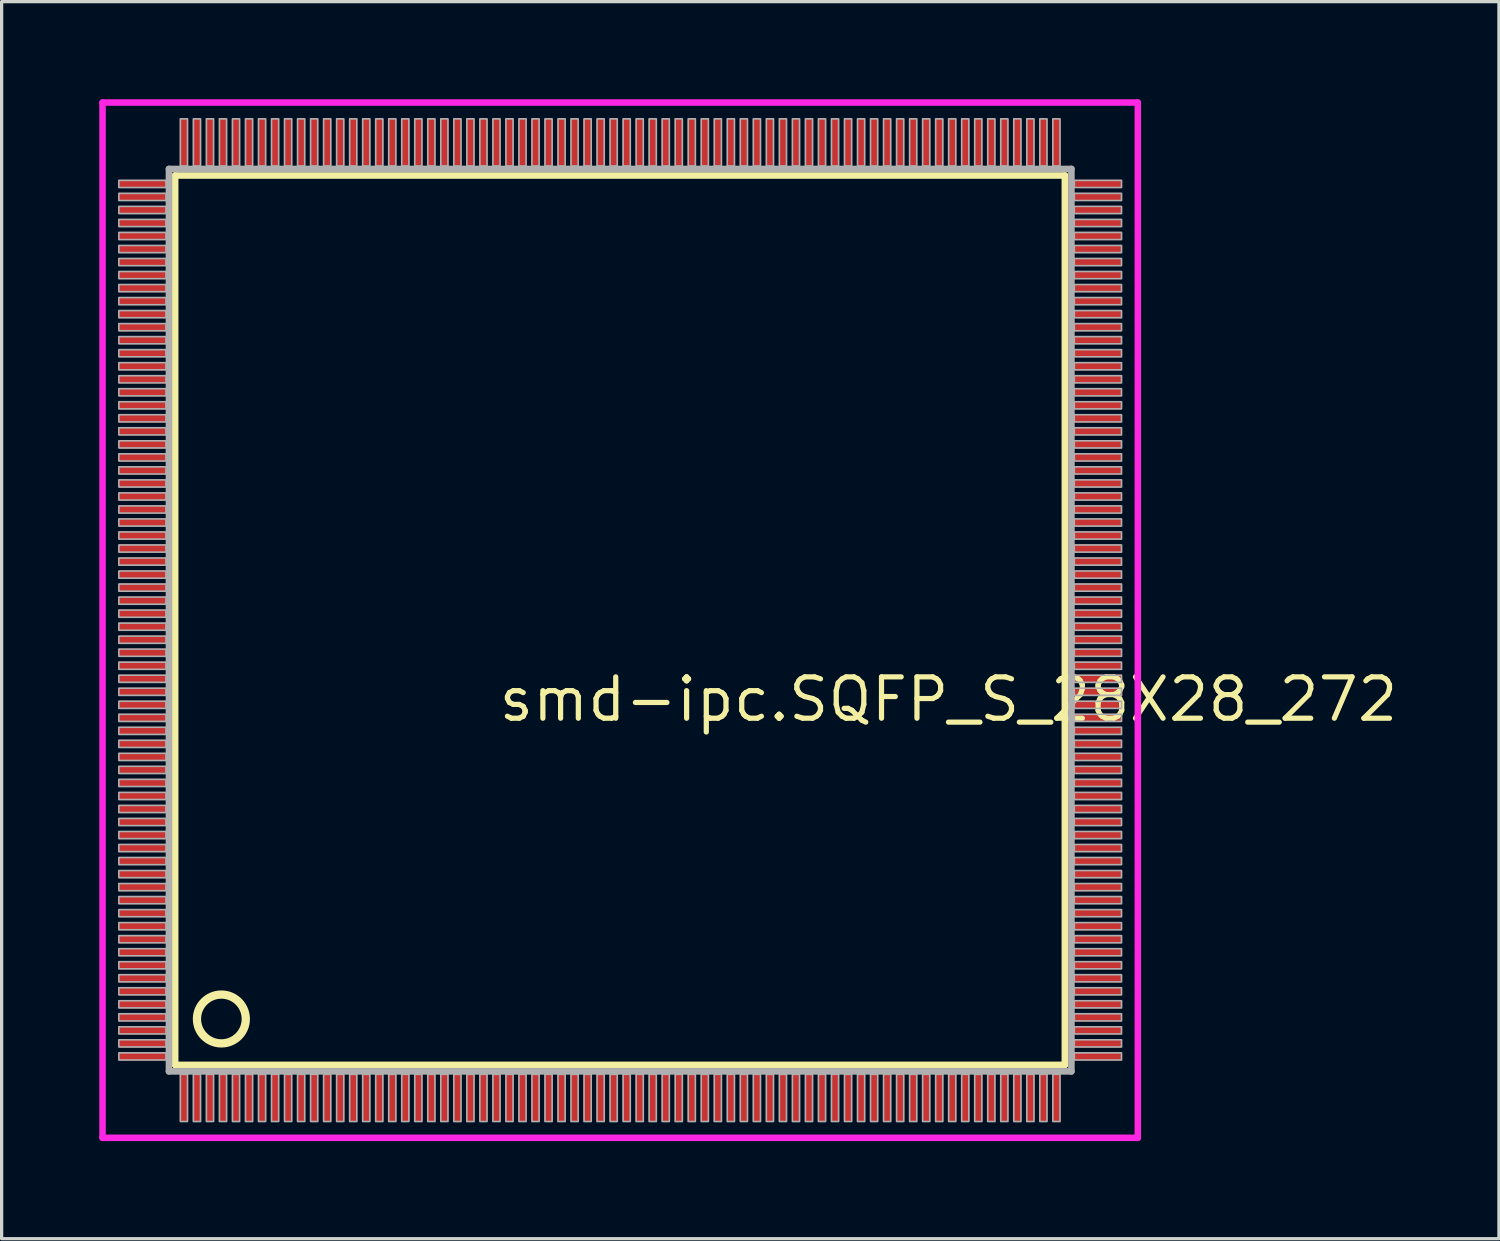
<source format=kicad_pcb>
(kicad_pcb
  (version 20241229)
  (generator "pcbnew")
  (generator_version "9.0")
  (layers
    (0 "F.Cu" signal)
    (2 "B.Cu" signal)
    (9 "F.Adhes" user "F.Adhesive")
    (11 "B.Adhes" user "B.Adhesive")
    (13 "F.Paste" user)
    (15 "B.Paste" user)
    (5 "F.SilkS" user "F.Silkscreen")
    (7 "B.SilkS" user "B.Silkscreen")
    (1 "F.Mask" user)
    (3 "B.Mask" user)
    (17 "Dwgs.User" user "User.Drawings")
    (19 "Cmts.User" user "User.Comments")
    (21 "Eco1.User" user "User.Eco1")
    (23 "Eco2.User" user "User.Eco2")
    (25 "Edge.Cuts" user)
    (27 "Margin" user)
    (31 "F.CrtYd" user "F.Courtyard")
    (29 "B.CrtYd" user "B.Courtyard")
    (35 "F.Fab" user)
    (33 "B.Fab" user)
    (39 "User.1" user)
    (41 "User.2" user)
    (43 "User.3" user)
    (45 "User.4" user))
  (footprint "smd-ipc.SQFP_S_28X28_272"
    (layer "F.Cu")
    (at 16 16)
    (property "Reference" "smd-ipc.SQFP_S_28X28_272" (at -3.81 3.175 0) (layer "F.SilkS") (effects (font (size 1.27 1.27) (thickness 0.16)) (justify left bottom)))
    (attr smd)
    (fp_line (start -13.67 -13.66) (end 13.66 -13.66) (stroke (width 0.203) (type default)) (layer "F.SilkS"))
    (fp_line (start -13.67 13.66) (end -13.67 -13.66) (stroke (width 0.203) (type default)) (layer "F.SilkS"))
    (fp_line (start 13.66 -13.66) (end 13.66 13.66) (stroke (width 0.203) (type default)) (layer "F.SilkS"))
    (fp_line (start 13.66 13.66) (end -13.67 13.66) (stroke (width 0.203) (type default)) (layer "F.SilkS"))
    (fp_circle (center -12.25 12.25) (end -11.5 12.25) (stroke (width 0.254) (type default)) (fill no) (layer "F.SilkS"))
    (fp_line (start -15.9 -15.9) (end 15.9 -15.9) (stroke (width 0.2) (type default)) (layer "F.CrtYd"))
    (fp_line (start -15.9 15.9) (end -15.9 -15.9) (stroke (width 0.2) (type default)) (layer "F.CrtYd"))
    (fp_line (start 15.9 -15.9) (end 15.9 15.9) (stroke (width 0.2) (type default)) (layer "F.CrtYd"))
    (fp_line (start 15.9 15.9) (end -15.9 15.9) (stroke (width 0.2) (type default)) (layer "F.CrtYd"))
    (fp_line (start -13.86 -13.86) (end -13.86 13.86) (stroke (width 0.203) (type default)) (layer "F.Fab"))
    (fp_line (start -13.86 13.86) (end 13.86 13.86) (stroke (width 0.203) (type default)) (layer "F.Fab"))
    (fp_line (start 13.86 -13.86) (end -13.86 -13.86) (stroke (width 0.203) (type default)) (layer "F.Fab"))
    (fp_line (start 13.86 13.86) (end 13.86 -13.86) (stroke (width 0.203) (type default)) (layer "F.Fab"))
    (fp_rect (start -15.4 -13.29) (end -13.95 -13.51) (stroke (width 0.05) (type default)) (fill no) (layer "F.Fab"))
    (fp_rect (start -15.4 -12.89) (end -13.95 -13.11) (stroke (width 0.05) (type default)) (fill no) (layer "F.Fab"))
    (fp_rect (start -15.4 -12.49) (end -13.95 -12.71) (stroke (width 0.05) (type default)) (fill no) (layer "F.Fab"))
    (fp_rect (start -15.4 -12.09) (end -13.95 -12.31) (stroke (width 0.05) (type default)) (fill no) (layer "F.Fab"))
    (fp_rect (start -15.4 -11.69) (end -13.95 -11.91) (stroke (width 0.05) (type default)) (fill no) (layer "F.Fab"))
    (fp_rect (start -15.4 -11.29) (end -13.95 -11.51) (stroke (width 0.05) (type default)) (fill no) (layer "F.Fab"))
    (fp_rect (start -15.4 -10.89) (end -13.95 -11.11) (stroke (width 0.05) (type default)) (fill no) (layer "F.Fab"))
    (fp_rect (start -15.4 -10.49) (end -13.95 -10.71) (stroke (width 0.05) (type default)) (fill no) (layer "F.Fab"))
    (fp_rect (start -15.4 -10.09) (end -13.95 -10.31) (stroke (width 0.05) (type default)) (fill no) (layer "F.Fab"))
    (fp_rect (start -15.4 -9.69) (end -13.95 -9.91) (stroke (width 0.05) (type default)) (fill no) (layer "F.Fab"))
    (fp_rect (start -15.4 -9.29) (end -13.95 -9.51) (stroke (width 0.05) (type default)) (fill no) (layer "F.Fab"))
    (fp_rect (start -15.4 -8.89) (end -13.95 -9.11) (stroke (width 0.05) (type default)) (fill no) (layer "F.Fab"))
    (fp_rect (start -15.4 -8.49) (end -13.95 -8.71) (stroke (width 0.05) (type default)) (fill no) (layer "F.Fab"))
    (fp_rect (start -15.4 -8.09) (end -13.95 -8.31) (stroke (width 0.05) (type default)) (fill no) (layer "F.Fab"))
    (fp_rect (start -15.4 -7.69) (end -13.95 -7.91) (stroke (width 0.05) (type default)) (fill no) (layer "F.Fab"))
    (fp_rect (start -15.4 -7.29) (end -13.95 -7.51) (stroke (width 0.05) (type default)) (fill no) (layer "F.Fab"))
    (fp_rect (start -15.4 -6.89) (end -13.95 -7.11) (stroke (width 0.05) (type default)) (fill no) (layer "F.Fab"))
    (fp_rect (start -15.4 -6.49) (end -13.95 -6.71) (stroke (width 0.05) (type default)) (fill no) (layer "F.Fab"))
    (fp_rect (start -15.4 -6.09) (end -13.95 -6.31) (stroke (width 0.05) (type default)) (fill no) (layer "F.Fab"))
    (fp_rect (start -15.4 -5.69) (end -13.95 -5.91) (stroke (width 0.05) (type default)) (fill no) (layer "F.Fab"))
    (fp_rect (start -15.4 -5.29) (end -13.95 -5.51) (stroke (width 0.05) (type default)) (fill no) (layer "F.Fab"))
    (fp_rect (start -15.4 -4.89) (end -13.95 -5.11) (stroke (width 0.05) (type default)) (fill no) (layer "F.Fab"))
    (fp_rect (start -15.4 -4.49) (end -13.95 -4.71) (stroke (width 0.05) (type default)) (fill no) (layer "F.Fab"))
    (fp_rect (start -15.4 -4.09) (end -13.95 -4.31) (stroke (width 0.05) (type default)) (fill no) (layer "F.Fab"))
    (fp_rect (start -15.4 -3.69) (end -13.95 -3.91) (stroke (width 0.05) (type default)) (fill no) (layer "F.Fab"))
    (fp_rect (start -15.4 -3.29) (end -13.95 -3.51) (stroke (width 0.05) (type default)) (fill no) (layer "F.Fab"))
    (fp_rect (start -15.4 -2.89) (end -13.95 -3.11) (stroke (width 0.05) (type default)) (fill no) (layer "F.Fab"))
    (fp_rect (start -15.4 -2.49) (end -13.95 -2.71) (stroke (width 0.05) (type default)) (fill no) (layer "F.Fab"))
    (fp_rect (start -15.4 -2.09) (end -13.95 -2.31) (stroke (width 0.05) (type default)) (fill no) (layer "F.Fab"))
    (fp_rect (start -15.4 -1.69) (end -13.95 -1.91) (stroke (width 0.05) (type default)) (fill no) (layer "F.Fab"))
    (fp_rect (start -15.4 -1.29) (end -13.95 -1.51) (stroke (width 0.05) (type default)) (fill no) (layer "F.Fab"))
    (fp_rect (start -15.4 -0.89) (end -13.95 -1.11) (stroke (width 0.05) (type default)) (fill no) (layer "F.Fab"))
    (fp_rect (start -15.4 -0.49) (end -13.95 -0.71) (stroke (width 0.05) (type default)) (fill no) (layer "F.Fab"))
    (fp_rect (start -15.4 -0.09) (end -13.95 -0.31) (stroke (width 0.05) (type default)) (fill no) (layer "F.Fab"))
    (fp_rect (start -15.4 0.31) (end -13.95 0.09) (stroke (width 0.05) (type default)) (fill no) (layer "F.Fab"))
    (fp_rect (start -15.4 0.71) (end -13.95 0.49) (stroke (width 0.05) (type default)) (fill no) (layer "F.Fab"))
    (fp_rect (start -15.4 1.11) (end -13.95 0.89) (stroke (width 0.05) (type default)) (fill no) (layer "F.Fab"))
    (fp_rect (start -15.4 1.51) (end -13.95 1.29) (stroke (width 0.05) (type default)) (fill no) (layer "F.Fab"))
    (fp_rect (start -15.4 1.91) (end -13.95 1.69) (stroke (width 0.05) (type default)) (fill no) (layer "F.Fab"))
    (fp_rect (start -15.4 2.31) (end -13.95 2.09) (stroke (width 0.05) (type default)) (fill no) (layer "F.Fab"))
    (fp_rect (start -15.4 2.71) (end -13.95 2.49) (stroke (width 0.05) (type default)) (fill no) (layer "F.Fab"))
    (fp_rect (start -15.4 3.11) (end -13.95 2.89) (stroke (width 0.05) (type default)) (fill no) (layer "F.Fab"))
    (fp_rect (start -15.4 3.51) (end -13.95 3.29) (stroke (width 0.05) (type default)) (fill no) (layer "F.Fab"))
    (fp_rect (start -15.4 3.91) (end -13.95 3.69) (stroke (width 0.05) (type default)) (fill no) (layer "F.Fab"))
    (fp_rect (start -15.4 4.31) (end -13.95 4.09) (stroke (width 0.05) (type default)) (fill no) (layer "F.Fab"))
    (fp_rect (start -15.4 4.71) (end -13.95 4.49) (stroke (width 0.05) (type default)) (fill no) (layer "F.Fab"))
    (fp_rect (start -15.4 5.11) (end -13.95 4.89) (stroke (width 0.05) (type default)) (fill no) (layer "F.Fab"))
    (fp_rect (start -15.4 5.51) (end -13.95 5.29) (stroke (width 0.05) (type default)) (fill no) (layer "F.Fab"))
    (fp_rect (start -15.4 5.91) (end -13.95 5.69) (stroke (width 0.05) (type default)) (fill no) (layer "F.Fab"))
    (fp_rect (start -15.4 6.31) (end -13.95 6.09) (stroke (width 0.05) (type default)) (fill no) (layer "F.Fab"))
    (fp_rect (start -15.4 6.71) (end -13.95 6.49) (stroke (width 0.05) (type default)) (fill no) (layer "F.Fab"))
    (fp_rect (start -15.4 7.11) (end -13.95 6.89) (stroke (width 0.05) (type default)) (fill no) (layer "F.Fab"))
    (fp_rect (start -15.4 7.51) (end -13.95 7.29) (stroke (width 0.05) (type default)) (fill no) (layer "F.Fab"))
    (fp_rect (start -15.4 7.91) (end -13.95 7.69) (stroke (width 0.05) (type default)) (fill no) (layer "F.Fab"))
    (fp_rect (start -15.4 8.31) (end -13.95 8.09) (stroke (width 0.05) (type default)) (fill no) (layer "F.Fab"))
    (fp_rect (start -15.4 8.71) (end -13.95 8.49) (stroke (width 0.05) (type default)) (fill no) (layer "F.Fab"))
    (fp_rect (start -15.4 9.11) (end -13.95 8.89) (stroke (width 0.05) (type default)) (fill no) (layer "F.Fab"))
    (fp_rect (start -15.4 9.51) (end -13.95 9.29) (stroke (width 0.05) (type default)) (fill no) (layer "F.Fab"))
    (fp_rect (start -15.4 9.91) (end -13.95 9.69) (stroke (width 0.05) (type default)) (fill no) (layer "F.Fab"))
    (fp_rect (start -15.4 10.31) (end -13.95 10.09) (stroke (width 0.05) (type default)) (fill no) (layer "F.Fab"))
    (fp_rect (start -15.4 10.71) (end -13.95 10.49) (stroke (width 0.05) (type default)) (fill no) (layer "F.Fab"))
    (fp_rect (start -15.4 11.11) (end -13.95 10.89) (stroke (width 0.05) (type default)) (fill no) (layer "F.Fab"))
    (fp_rect (start -15.4 11.51) (end -13.95 11.29) (stroke (width 0.05) (type default)) (fill no) (layer "F.Fab"))
    (fp_rect (start -15.4 11.91) (end -13.95 11.69) (stroke (width 0.05) (type default)) (fill no) (layer "F.Fab"))
    (fp_rect (start -15.4 12.31) (end -13.95 12.09) (stroke (width 0.05) (type default)) (fill no) (layer "F.Fab"))
    (fp_rect (start -15.4 12.71) (end -13.95 12.49) (stroke (width 0.05) (type default)) (fill no) (layer "F.Fab"))
    (fp_rect (start -15.4 13.11) (end -13.95 12.89) (stroke (width 0.05) (type default)) (fill no) (layer "F.Fab"))
    (fp_rect (start -15.4 13.51) (end -13.95 13.29) (stroke (width 0.05) (type default)) (fill no) (layer "F.Fab"))
    (fp_rect (start -13.51 -13.95) (end -13.29 -15.4) (stroke (width 0.05) (type default)) (fill no) (layer "F.Fab"))
    (fp_rect (start -13.51 15.4) (end -13.29 13.95) (stroke (width 0.05) (type default)) (fill no) (layer "F.Fab"))
    (fp_rect (start -13.11 -13.95) (end -12.89 -15.4) (stroke (width 0.05) (type default)) (fill no) (layer "F.Fab"))
    (fp_rect (start -13.11 15.4) (end -12.89 13.95) (stroke (width 0.05) (type default)) (fill no) (layer "F.Fab"))
    (fp_rect (start -12.71 -13.95) (end -12.49 -15.4) (stroke (width 0.05) (type default)) (fill no) (layer "F.Fab"))
    (fp_rect (start -12.71 15.4) (end -12.49 13.95) (stroke (width 0.05) (type default)) (fill no) (layer "F.Fab"))
    (fp_rect (start -12.31 -13.95) (end -12.09 -15.4) (stroke (width 0.05) (type default)) (fill no) (layer "F.Fab"))
    (fp_rect (start -12.31 15.4) (end -12.09 13.95) (stroke (width 0.05) (type default)) (fill no) (layer "F.Fab"))
    (fp_rect (start -11.91 -13.95) (end -11.69 -15.4) (stroke (width 0.05) (type default)) (fill no) (layer "F.Fab"))
    (fp_rect (start -11.91 15.4) (end -11.69 13.95) (stroke (width 0.05) (type default)) (fill no) (layer "F.Fab"))
    (fp_rect (start -11.51 -13.95) (end -11.29 -15.4) (stroke (width 0.05) (type default)) (fill no) (layer "F.Fab"))
    (fp_rect (start -11.51 15.4) (end -11.29 13.95) (stroke (width 0.05) (type default)) (fill no) (layer "F.Fab"))
    (fp_rect (start -11.11 -13.95) (end -10.89 -15.4) (stroke (width 0.05) (type default)) (fill no) (layer "F.Fab"))
    (fp_rect (start -11.11 15.4) (end -10.89 13.95) (stroke (width 0.05) (type default)) (fill no) (layer "F.Fab"))
    (fp_rect (start -10.71 -13.95) (end -10.49 -15.4) (stroke (width 0.05) (type default)) (fill no) (layer "F.Fab"))
    (fp_rect (start -10.71 15.4) (end -10.49 13.95) (stroke (width 0.05) (type default)) (fill no) (layer "F.Fab"))
    (fp_rect (start -10.31 -13.95) (end -10.09 -15.4) (stroke (width 0.05) (type default)) (fill no) (layer "F.Fab"))
    (fp_rect (start -10.31 15.4) (end -10.09 13.95) (stroke (width 0.05) (type default)) (fill no) (layer "F.Fab"))
    (fp_rect (start -9.91 -13.95) (end -9.69 -15.4) (stroke (width 0.05) (type default)) (fill no) (layer "F.Fab"))
    (fp_rect (start -9.91 15.4) (end -9.69 13.95) (stroke (width 0.05) (type default)) (fill no) (layer "F.Fab"))
    (fp_rect (start -9.51 -13.95) (end -9.29 -15.4) (stroke (width 0.05) (type default)) (fill no) (layer "F.Fab"))
    (fp_rect (start -9.51 15.4) (end -9.29 13.95) (stroke (width 0.05) (type default)) (fill no) (layer "F.Fab"))
    (fp_rect (start -9.11 -13.95) (end -8.89 -15.4) (stroke (width 0.05) (type default)) (fill no) (layer "F.Fab"))
    (fp_rect (start -9.11 15.4) (end -8.89 13.95) (stroke (width 0.05) (type default)) (fill no) (layer "F.Fab"))
    (fp_rect (start -8.71 -13.95) (end -8.49 -15.4) (stroke (width 0.05) (type default)) (fill no) (layer "F.Fab"))
    (fp_rect (start -8.71 15.4) (end -8.49 13.95) (stroke (width 0.05) (type default)) (fill no) (layer "F.Fab"))
    (fp_rect (start -8.31 -13.95) (end -8.09 -15.4) (stroke (width 0.05) (type default)) (fill no) (layer "F.Fab"))
    (fp_rect (start -8.31 15.4) (end -8.09 13.95) (stroke (width 0.05) (type default)) (fill no) (layer "F.Fab"))
    (fp_rect (start -7.91 -13.95) (end -7.69 -15.4) (stroke (width 0.05) (type default)) (fill no) (layer "F.Fab"))
    (fp_rect (start -7.91 15.4) (end -7.69 13.95) (stroke (width 0.05) (type default)) (fill no) (layer "F.Fab"))
    (fp_rect (start -7.51 -13.95) (end -7.29 -15.4) (stroke (width 0.05) (type default)) (fill no) (layer "F.Fab"))
    (fp_rect (start -7.51 15.4) (end -7.29 13.95) (stroke (width 0.05) (type default)) (fill no) (layer "F.Fab"))
    (fp_rect (start -7.11 -13.95) (end -6.89 -15.4) (stroke (width 0.05) (type default)) (fill no) (layer "F.Fab"))
    (fp_rect (start -7.11 15.4) (end -6.89 13.95) (stroke (width 0.05) (type default)) (fill no) (layer "F.Fab"))
    (fp_rect (start -6.71 -13.95) (end -6.49 -15.4) (stroke (width 0.05) (type default)) (fill no) (layer "F.Fab"))
    (fp_rect (start -6.71 15.4) (end -6.49 13.95) (stroke (width 0.05) (type default)) (fill no) (layer "F.Fab"))
    (fp_rect (start -6.31 -13.95) (end -6.09 -15.4) (stroke (width 0.05) (type default)) (fill no) (layer "F.Fab"))
    (fp_rect (start -6.31 15.4) (end -6.09 13.95) (stroke (width 0.05) (type default)) (fill no) (layer "F.Fab"))
    (fp_rect (start -5.91 -13.95) (end -5.69 -15.4) (stroke (width 0.05) (type default)) (fill no) (layer "F.Fab"))
    (fp_rect (start -5.91 15.4) (end -5.69 13.95) (stroke (width 0.05) (type default)) (fill no) (layer "F.Fab"))
    (fp_rect (start -5.51 -13.95) (end -5.29 -15.4) (stroke (width 0.05) (type default)) (fill no) (layer "F.Fab"))
    (fp_rect (start -5.51 15.4) (end -5.29 13.95) (stroke (width 0.05) (type default)) (fill no) (layer "F.Fab"))
    (fp_rect (start -5.11 -13.95) (end -4.89 -15.4) (stroke (width 0.05) (type default)) (fill no) (layer "F.Fab"))
    (fp_rect (start -5.11 15.4) (end -4.89 13.95) (stroke (width 0.05) (type default)) (fill no) (layer "F.Fab"))
    (fp_rect (start -4.71 -13.95) (end -4.49 -15.4) (stroke (width 0.05) (type default)) (fill no) (layer "F.Fab"))
    (fp_rect (start -4.71 15.4) (end -4.49 13.95) (stroke (width 0.05) (type default)) (fill no) (layer "F.Fab"))
    (fp_rect (start -4.31 -13.95) (end -4.09 -15.4) (stroke (width 0.05) (type default)) (fill no) (layer "F.Fab"))
    (fp_rect (start -4.31 15.4) (end -4.09 13.95) (stroke (width 0.05) (type default)) (fill no) (layer "F.Fab"))
    (fp_rect (start -3.91 -13.95) (end -3.69 -15.4) (stroke (width 0.05) (type default)) (fill no) (layer "F.Fab"))
    (fp_rect (start -3.91 15.4) (end -3.69 13.95) (stroke (width 0.05) (type default)) (fill no) (layer "F.Fab"))
    (fp_rect (start -3.51 -13.95) (end -3.29 -15.4) (stroke (width 0.05) (type default)) (fill no) (layer "F.Fab"))
    (fp_rect (start -3.51 15.4) (end -3.29 13.95) (stroke (width 0.05) (type default)) (fill no) (layer "F.Fab"))
    (fp_rect (start -3.11 -13.95) (end -2.89 -15.4) (stroke (width 0.05) (type default)) (fill no) (layer "F.Fab"))
    (fp_rect (start -3.11 15.4) (end -2.89 13.95) (stroke (width 0.05) (type default)) (fill no) (layer "F.Fab"))
    (fp_rect (start -2.71 -13.95) (end -2.49 -15.4) (stroke (width 0.05) (type default)) (fill no) (layer "F.Fab"))
    (fp_rect (start -2.71 15.4) (end -2.49 13.95) (stroke (width 0.05) (type default)) (fill no) (layer "F.Fab"))
    (fp_rect (start -2.31 -13.95) (end -2.09 -15.4) (stroke (width 0.05) (type default)) (fill no) (layer "F.Fab"))
    (fp_rect (start -2.31 15.4) (end -2.09 13.95) (stroke (width 0.05) (type default)) (fill no) (layer "F.Fab"))
    (fp_rect (start -1.91 -13.95) (end -1.69 -15.4) (stroke (width 0.05) (type default)) (fill no) (layer "F.Fab"))
    (fp_rect (start -1.91 15.4) (end -1.69 13.95) (stroke (width 0.05) (type default)) (fill no) (layer "F.Fab"))
    (fp_rect (start -1.51 -13.95) (end -1.29 -15.4) (stroke (width 0.05) (type default)) (fill no) (layer "F.Fab"))
    (fp_rect (start -1.51 15.4) (end -1.29 13.95) (stroke (width 0.05) (type default)) (fill no) (layer "F.Fab"))
    (fp_rect (start -1.11 -13.95) (end -0.89 -15.4) (stroke (width 0.05) (type default)) (fill no) (layer "F.Fab"))
    (fp_rect (start -1.11 15.4) (end -0.89 13.95) (stroke (width 0.05) (type default)) (fill no) (layer "F.Fab"))
    (fp_rect (start -0.71 -13.95) (end -0.49 -15.4) (stroke (width 0.05) (type default)) (fill no) (layer "F.Fab"))
    (fp_rect (start -0.71 15.4) (end -0.49 13.95) (stroke (width 0.05) (type default)) (fill no) (layer "F.Fab"))
    (fp_rect (start -0.31 -13.95) (end -0.09 -15.4) (stroke (width 0.05) (type default)) (fill no) (layer "F.Fab"))
    (fp_rect (start -0.31 15.4) (end -0.09 13.95) (stroke (width 0.05) (type default)) (fill no) (layer "F.Fab"))
    (fp_rect (start 0.09 -13.95) (end 0.31 -15.4) (stroke (width 0.05) (type default)) (fill no) (layer "F.Fab"))
    (fp_rect (start 0.09 15.4) (end 0.31 13.95) (stroke (width 0.05) (type default)) (fill no) (layer "F.Fab"))
    (fp_rect (start 0.49 -13.95) (end 0.71 -15.4) (stroke (width 0.05) (type default)) (fill no) (layer "F.Fab"))
    (fp_rect (start 0.49 15.4) (end 0.71 13.95) (stroke (width 0.05) (type default)) (fill no) (layer "F.Fab"))
    (fp_rect (start 0.89 -13.95) (end 1.11 -15.4) (stroke (width 0.05) (type default)) (fill no) (layer "F.Fab"))
    (fp_rect (start 0.89 15.4) (end 1.11 13.95) (stroke (width 0.05) (type default)) (fill no) (layer "F.Fab"))
    (fp_rect (start 1.29 -13.95) (end 1.51 -15.4) (stroke (width 0.05) (type default)) (fill no) (layer "F.Fab"))
    (fp_rect (start 1.29 15.4) (end 1.51 13.95) (stroke (width 0.05) (type default)) (fill no) (layer "F.Fab"))
    (fp_rect (start 1.69 -13.95) (end 1.91 -15.4) (stroke (width 0.05) (type default)) (fill no) (layer "F.Fab"))
    (fp_rect (start 1.69 15.4) (end 1.91 13.95) (stroke (width 0.05) (type default)) (fill no) (layer "F.Fab"))
    (fp_rect (start 2.09 -13.95) (end 2.31 -15.4) (stroke (width 0.05) (type default)) (fill no) (layer "F.Fab"))
    (fp_rect (start 2.09 15.4) (end 2.31 13.95) (stroke (width 0.05) (type default)) (fill no) (layer "F.Fab"))
    (fp_rect (start 2.49 -13.95) (end 2.71 -15.4) (stroke (width 0.05) (type default)) (fill no) (layer "F.Fab"))
    (fp_rect (start 2.49 15.4) (end 2.71 13.95) (stroke (width 0.05) (type default)) (fill no) (layer "F.Fab"))
    (fp_rect (start 2.89 -13.95) (end 3.11 -15.4) (stroke (width 0.05) (type default)) (fill no) (layer "F.Fab"))
    (fp_rect (start 2.89 15.4) (end 3.11 13.95) (stroke (width 0.05) (type default)) (fill no) (layer "F.Fab"))
    (fp_rect (start 3.29 -13.95) (end 3.51 -15.4) (stroke (width 0.05) (type default)) (fill no) (layer "F.Fab"))
    (fp_rect (start 3.29 15.4) (end 3.51 13.95) (stroke (width 0.05) (type default)) (fill no) (layer "F.Fab"))
    (fp_rect (start 3.69 -13.95) (end 3.91 -15.4) (stroke (width 0.05) (type default)) (fill no) (layer "F.Fab"))
    (fp_rect (start 3.69 15.4) (end 3.91 13.95) (stroke (width 0.05) (type default)) (fill no) (layer "F.Fab"))
    (fp_rect (start 4.09 -13.95) (end 4.31 -15.4) (stroke (width 0.05) (type default)) (fill no) (layer "F.Fab"))
    (fp_rect (start 4.09 15.4) (end 4.31 13.95) (stroke (width 0.05) (type default)) (fill no) (layer "F.Fab"))
    (fp_rect (start 4.49 -13.95) (end 4.71 -15.4) (stroke (width 0.05) (type default)) (fill no) (layer "F.Fab"))
    (fp_rect (start 4.49 15.4) (end 4.71 13.95) (stroke (width 0.05) (type default)) (fill no) (layer "F.Fab"))
    (fp_rect (start 4.89 -13.95) (end 5.11 -15.4) (stroke (width 0.05) (type default)) (fill no) (layer "F.Fab"))
    (fp_rect (start 4.89 15.4) (end 5.11 13.95) (stroke (width 0.05) (type default)) (fill no) (layer "F.Fab"))
    (fp_rect (start 5.29 -13.95) (end 5.51 -15.4) (stroke (width 0.05) (type default)) (fill no) (layer "F.Fab"))
    (fp_rect (start 5.29 15.4) (end 5.51 13.95) (stroke (width 0.05) (type default)) (fill no) (layer "F.Fab"))
    (fp_rect (start 5.69 -13.95) (end 5.91 -15.4) (stroke (width 0.05) (type default)) (fill no) (layer "F.Fab"))
    (fp_rect (start 5.69 15.4) (end 5.91 13.95) (stroke (width 0.05) (type default)) (fill no) (layer "F.Fab"))
    (fp_rect (start 6.09 -13.95) (end 6.31 -15.4) (stroke (width 0.05) (type default)) (fill no) (layer "F.Fab"))
    (fp_rect (start 6.09 15.4) (end 6.31 13.95) (stroke (width 0.05) (type default)) (fill no) (layer "F.Fab"))
    (fp_rect (start 6.49 -13.95) (end 6.71 -15.4) (stroke (width 0.05) (type default)) (fill no) (layer "F.Fab"))
    (fp_rect (start 6.49 15.4) (end 6.71 13.95) (stroke (width 0.05) (type default)) (fill no) (layer "F.Fab"))
    (fp_rect (start 6.89 -13.95) (end 7.11 -15.4) (stroke (width 0.05) (type default)) (fill no) (layer "F.Fab"))
    (fp_rect (start 6.89 15.4) (end 7.11 13.95) (stroke (width 0.05) (type default)) (fill no) (layer "F.Fab"))
    (fp_rect (start 7.29 -13.95) (end 7.51 -15.4) (stroke (width 0.05) (type default)) (fill no) (layer "F.Fab"))
    (fp_rect (start 7.29 15.4) (end 7.51 13.95) (stroke (width 0.05) (type default)) (fill no) (layer "F.Fab"))
    (fp_rect (start 7.69 -13.95) (end 7.91 -15.4) (stroke (width 0.05) (type default)) (fill no) (layer "F.Fab"))
    (fp_rect (start 7.69 15.4) (end 7.91 13.95) (stroke (width 0.05) (type default)) (fill no) (layer "F.Fab"))
    (fp_rect (start 8.09 -13.95) (end 8.31 -15.4) (stroke (width 0.05) (type default)) (fill no) (layer "F.Fab"))
    (fp_rect (start 8.09 15.4) (end 8.31 13.95) (stroke (width 0.05) (type default)) (fill no) (layer "F.Fab"))
    (fp_rect (start 8.49 -13.95) (end 8.71 -15.4) (stroke (width 0.05) (type default)) (fill no) (layer "F.Fab"))
    (fp_rect (start 8.49 15.4) (end 8.71 13.95) (stroke (width 0.05) (type default)) (fill no) (layer "F.Fab"))
    (fp_rect (start 8.89 -13.95) (end 9.11 -15.4) (stroke (width 0.05) (type default)) (fill no) (layer "F.Fab"))
    (fp_rect (start 8.89 15.4) (end 9.11 13.95) (stroke (width 0.05) (type default)) (fill no) (layer "F.Fab"))
    (fp_rect (start 9.29 -13.95) (end 9.51 -15.4) (stroke (width 0.05) (type default)) (fill no) (layer "F.Fab"))
    (fp_rect (start 9.29 15.4) (end 9.51 13.95) (stroke (width 0.05) (type default)) (fill no) (layer "F.Fab"))
    (fp_rect (start 9.69 -13.95) (end 9.91 -15.4) (stroke (width 0.05) (type default)) (fill no) (layer "F.Fab"))
    (fp_rect (start 9.69 15.4) (end 9.91 13.95) (stroke (width 0.05) (type default)) (fill no) (layer "F.Fab"))
    (fp_rect (start 10.09 -13.95) (end 10.31 -15.4) (stroke (width 0.05) (type default)) (fill no) (layer "F.Fab"))
    (fp_rect (start 10.09 15.4) (end 10.31 13.95) (stroke (width 0.05) (type default)) (fill no) (layer "F.Fab"))
    (fp_rect (start 10.49 -13.95) (end 10.71 -15.4) (stroke (width 0.05) (type default)) (fill no) (layer "F.Fab"))
    (fp_rect (start 10.49 15.4) (end 10.71 13.95) (stroke (width 0.05) (type default)) (fill no) (layer "F.Fab"))
    (fp_rect (start 10.89 -13.95) (end 11.11 -15.4) (stroke (width 0.05) (type default)) (fill no) (layer "F.Fab"))
    (fp_rect (start 10.89 15.4) (end 11.11 13.95) (stroke (width 0.05) (type default)) (fill no) (layer "F.Fab"))
    (fp_rect (start 11.29 -13.95) (end 11.51 -15.4) (stroke (width 0.05) (type default)) (fill no) (layer "F.Fab"))
    (fp_rect (start 11.29 15.4) (end 11.51 13.95) (stroke (width 0.05) (type default)) (fill no) (layer "F.Fab"))
    (fp_rect (start 11.69 -13.95) (end 11.91 -15.4) (stroke (width 0.05) (type default)) (fill no) (layer "F.Fab"))
    (fp_rect (start 11.69 15.4) (end 11.91 13.95) (stroke (width 0.05) (type default)) (fill no) (layer "F.Fab"))
    (fp_rect (start 12.09 -13.95) (end 12.31 -15.4) (stroke (width 0.05) (type default)) (fill no) (layer "F.Fab"))
    (fp_rect (start 12.09 15.4) (end 12.31 13.95) (stroke (width 0.05) (type default)) (fill no) (layer "F.Fab"))
    (fp_rect (start 12.49 -13.95) (end 12.71 -15.4) (stroke (width 0.05) (type default)) (fill no) (layer "F.Fab"))
    (fp_rect (start 12.49 15.4) (end 12.71 13.95) (stroke (width 0.05) (type default)) (fill no) (layer "F.Fab"))
    (fp_rect (start 12.89 -13.95) (end 13.11 -15.4) (stroke (width 0.05) (type default)) (fill no) (layer "F.Fab"))
    (fp_rect (start 12.89 15.4) (end 13.11 13.95) (stroke (width 0.05) (type default)) (fill no) (layer "F.Fab"))
    (fp_rect (start 13.29 -13.95) (end 13.51 -15.4) (stroke (width 0.05) (type default)) (fill no) (layer "F.Fab"))
    (fp_rect (start 13.29 15.4) (end 13.51 13.95) (stroke (width 0.05) (type default)) (fill no) (layer "F.Fab"))
    (fp_rect (start 13.95 -13.29) (end 15.4 -13.51) (stroke (width 0.05) (type default)) (fill no) (layer "F.Fab"))
    (fp_rect (start 13.95 -12.89) (end 15.4 -13.11) (stroke (width 0.05) (type default)) (fill no) (layer "F.Fab"))
    (fp_rect (start 13.95 -12.49) (end 15.4 -12.71) (stroke (width 0.05) (type default)) (fill no) (layer "F.Fab"))
    (fp_rect (start 13.95 -12.09) (end 15.4 -12.31) (stroke (width 0.05) (type default)) (fill no) (layer "F.Fab"))
    (fp_rect (start 13.95 -11.69) (end 15.4 -11.91) (stroke (width 0.05) (type default)) (fill no) (layer "F.Fab"))
    (fp_rect (start 13.95 -11.29) (end 15.4 -11.51) (stroke (width 0.05) (type default)) (fill no) (layer "F.Fab"))
    (fp_rect (start 13.95 -10.89) (end 15.4 -11.11) (stroke (width 0.05) (type default)) (fill no) (layer "F.Fab"))
    (fp_rect (start 13.95 -10.49) (end 15.4 -10.71) (stroke (width 0.05) (type default)) (fill no) (layer "F.Fab"))
    (fp_rect (start 13.95 -10.09) (end 15.4 -10.31) (stroke (width 0.05) (type default)) (fill no) (layer "F.Fab"))
    (fp_rect (start 13.95 -9.69) (end 15.4 -9.91) (stroke (width 0.05) (type default)) (fill no) (layer "F.Fab"))
    (fp_rect (start 13.95 -9.29) (end 15.4 -9.51) (stroke (width 0.05) (type default)) (fill no) (layer "F.Fab"))
    (fp_rect (start 13.95 -8.89) (end 15.4 -9.11) (stroke (width 0.05) (type default)) (fill no) (layer "F.Fab"))
    (fp_rect (start 13.95 -8.49) (end 15.4 -8.71) (stroke (width 0.05) (type default)) (fill no) (layer "F.Fab"))
    (fp_rect (start 13.95 -8.09) (end 15.4 -8.31) (stroke (width 0.05) (type default)) (fill no) (layer "F.Fab"))
    (fp_rect (start 13.95 -7.69) (end 15.4 -7.91) (stroke (width 0.05) (type default)) (fill no) (layer "F.Fab"))
    (fp_rect (start 13.95 -7.29) (end 15.4 -7.51) (stroke (width 0.05) (type default)) (fill no) (layer "F.Fab"))
    (fp_rect (start 13.95 -6.89) (end 15.4 -7.11) (stroke (width 0.05) (type default)) (fill no) (layer "F.Fab"))
    (fp_rect (start 13.95 -6.49) (end 15.4 -6.71) (stroke (width 0.05) (type default)) (fill no) (layer "F.Fab"))
    (fp_rect (start 13.95 -6.09) (end 15.4 -6.31) (stroke (width 0.05) (type default)) (fill no) (layer "F.Fab"))
    (fp_rect (start 13.95 -5.69) (end 15.4 -5.91) (stroke (width 0.05) (type default)) (fill no) (layer "F.Fab"))
    (fp_rect (start 13.95 -5.29) (end 15.4 -5.51) (stroke (width 0.05) (type default)) (fill no) (layer "F.Fab"))
    (fp_rect (start 13.95 -4.89) (end 15.4 -5.11) (stroke (width 0.05) (type default)) (fill no) (layer "F.Fab"))
    (fp_rect (start 13.95 -4.49) (end 15.4 -4.71) (stroke (width 0.05) (type default)) (fill no) (layer "F.Fab"))
    (fp_rect (start 13.95 -4.09) (end 15.4 -4.31) (stroke (width 0.05) (type default)) (fill no) (layer "F.Fab"))
    (fp_rect (start 13.95 -3.69) (end 15.4 -3.91) (stroke (width 0.05) (type default)) (fill no) (layer "F.Fab"))
    (fp_rect (start 13.95 -3.29) (end 15.4 -3.51) (stroke (width 0.05) (type default)) (fill no) (layer "F.Fab"))
    (fp_rect (start 13.95 -2.89) (end 15.4 -3.11) (stroke (width 0.05) (type default)) (fill no) (layer "F.Fab"))
    (fp_rect (start 13.95 -2.49) (end 15.4 -2.71) (stroke (width 0.05) (type default)) (fill no) (layer "F.Fab"))
    (fp_rect (start 13.95 -2.09) (end 15.4 -2.31) (stroke (width 0.05) (type default)) (fill no) (layer "F.Fab"))
    (fp_rect (start 13.95 -1.69) (end 15.4 -1.91) (stroke (width 0.05) (type default)) (fill no) (layer "F.Fab"))
    (fp_rect (start 13.95 -1.29) (end 15.4 -1.51) (stroke (width 0.05) (type default)) (fill no) (layer "F.Fab"))
    (fp_rect (start 13.95 -0.89) (end 15.4 -1.11) (stroke (width 0.05) (type default)) (fill no) (layer "F.Fab"))
    (fp_rect (start 13.95 -0.49) (end 15.4 -0.71) (stroke (width 0.05) (type default)) (fill no) (layer "F.Fab"))
    (fp_rect (start 13.95 -0.09) (end 15.4 -0.31) (stroke (width 0.05) (type default)) (fill no) (layer "F.Fab"))
    (fp_rect (start 13.95 0.31) (end 15.4 0.09) (stroke (width 0.05) (type default)) (fill no) (layer "F.Fab"))
    (fp_rect (start 13.95 0.71) (end 15.4 0.49) (stroke (width 0.05) (type default)) (fill no) (layer "F.Fab"))
    (fp_rect (start 13.95 1.11) (end 15.4 0.89) (stroke (width 0.05) (type default)) (fill no) (layer "F.Fab"))
    (fp_rect (start 13.95 1.51) (end 15.4 1.29) (stroke (width 0.05) (type default)) (fill no) (layer "F.Fab"))
    (fp_rect (start 13.95 1.91) (end 15.4 1.69) (stroke (width 0.05) (type default)) (fill no) (layer "F.Fab"))
    (fp_rect (start 13.95 2.31) (end 15.4 2.09) (stroke (width 0.05) (type default)) (fill no) (layer "F.Fab"))
    (fp_rect (start 13.95 2.71) (end 15.4 2.49) (stroke (width 0.05) (type default)) (fill no) (layer "F.Fab"))
    (fp_rect (start 13.95 3.11) (end 15.4 2.89) (stroke (width 0.05) (type default)) (fill no) (layer "F.Fab"))
    (fp_rect (start 13.95 3.51) (end 15.4 3.29) (stroke (width 0.05) (type default)) (fill no) (layer "F.Fab"))
    (fp_rect (start 13.95 3.91) (end 15.4 3.69) (stroke (width 0.05) (type default)) (fill no) (layer "F.Fab"))
    (fp_rect (start 13.95 4.31) (end 15.4 4.09) (stroke (width 0.05) (type default)) (fill no) (layer "F.Fab"))
    (fp_rect (start 13.95 4.71) (end 15.4 4.49) (stroke (width 0.05) (type default)) (fill no) (layer "F.Fab"))
    (fp_rect (start 13.95 5.11) (end 15.4 4.89) (stroke (width 0.05) (type default)) (fill no) (layer "F.Fab"))
    (fp_rect (start 13.95 5.51) (end 15.4 5.29) (stroke (width 0.05) (type default)) (fill no) (layer "F.Fab"))
    (fp_rect (start 13.95 5.91) (end 15.4 5.69) (stroke (width 0.05) (type default)) (fill no) (layer "F.Fab"))
    (fp_rect (start 13.95 6.31) (end 15.4 6.09) (stroke (width 0.05) (type default)) (fill no) (layer "F.Fab"))
    (fp_rect (start 13.95 6.71) (end 15.4 6.49) (stroke (width 0.05) (type default)) (fill no) (layer "F.Fab"))
    (fp_rect (start 13.95 7.11) (end 15.4 6.89) (stroke (width 0.05) (type default)) (fill no) (layer "F.Fab"))
    (fp_rect (start 13.95 7.51) (end 15.4 7.29) (stroke (width 0.05) (type default)) (fill no) (layer "F.Fab"))
    (fp_rect (start 13.95 7.91) (end 15.4 7.69) (stroke (width 0.05) (type default)) (fill no) (layer "F.Fab"))
    (fp_rect (start 13.95 8.31) (end 15.4 8.09) (stroke (width 0.05) (type default)) (fill no) (layer "F.Fab"))
    (fp_rect (start 13.95 8.71) (end 15.4 8.49) (stroke (width 0.05) (type default)) (fill no) (layer "F.Fab"))
    (fp_rect (start 13.95 9.11) (end 15.4 8.89) (stroke (width 0.05) (type default)) (fill no) (layer "F.Fab"))
    (fp_rect (start 13.95 9.51) (end 15.4 9.29) (stroke (width 0.05) (type default)) (fill no) (layer "F.Fab"))
    (fp_rect (start 13.95 9.91) (end 15.4 9.69) (stroke (width 0.05) (type default)) (fill no) (layer "F.Fab"))
    (fp_rect (start 13.95 10.31) (end 15.4 10.09) (stroke (width 0.05) (type default)) (fill no) (layer "F.Fab"))
    (fp_rect (start 13.95 10.71) (end 15.4 10.49) (stroke (width 0.05) (type default)) (fill no) (layer "F.Fab"))
    (fp_rect (start 13.95 11.11) (end 15.4 10.89) (stroke (width 0.05) (type default)) (fill no) (layer "F.Fab"))
    (fp_rect (start 13.95 11.51) (end 15.4 11.29) (stroke (width 0.05) (type default)) (fill no) (layer "F.Fab"))
    (fp_rect (start 13.95 11.91) (end 15.4 11.69) (stroke (width 0.05) (type default)) (fill no) (layer "F.Fab"))
    (fp_rect (start 13.95 12.31) (end 15.4 12.09) (stroke (width 0.05) (type default)) (fill no) (layer "F.Fab"))
    (fp_rect (start 13.95 12.71) (end 15.4 12.49) (stroke (width 0.05) (type default)) (fill no) (layer "F.Fab"))
    (fp_rect (start 13.95 13.11) (end 15.4 12.89) (stroke (width 0.05) (type default)) (fill no) (layer "F.Fab"))
    (fp_rect (start 13.95 13.51) (end 15.4 13.29) (stroke (width 0.05) (type default)) (fill no) (layer "F.Fab"))
    (pad "1" smd roundrect (at -13.4 14.6) (size 0.25 1.6) (layers "F.Cu" "F.Mask" "F.Paste") (roundrect_rratio 0.01))
    (pad "2" smd roundrect (at -13 14.6) (size 0.25 1.6) (layers "F.Cu" "F.Mask" "F.Paste") (roundrect_rratio 0.01))
    (pad "3" smd roundrect (at -12.6 14.6) (size 0.25 1.6) (layers "F.Cu" "F.Mask" "F.Paste") (roundrect_rratio 0.01))
    (pad "4" smd roundrect (at -12.2 14.6) (size 0.25 1.6) (layers "F.Cu" "F.Mask" "F.Paste") (roundrect_rratio 0.01))
    (pad "5" smd roundrect (at -11.8 14.6) (size 0.25 1.6) (layers "F.Cu" "F.Mask" "F.Paste") (roundrect_rratio 0.01))
    (pad "6" smd roundrect (at -11.4 14.6) (size 0.25 1.6) (layers "F.Cu" "F.Mask" "F.Paste") (roundrect_rratio 0.01))
    (pad "7" smd roundrect (at -11 14.6) (size 0.25 1.6) (layers "F.Cu" "F.Mask" "F.Paste") (roundrect_rratio 0.01))
    (pad "8" smd roundrect (at -10.6 14.6) (size 0.25 1.6) (layers "F.Cu" "F.Mask" "F.Paste") (roundrect_rratio 0.01))
    (pad "9" smd roundrect (at -10.2 14.6) (size 0.25 1.6) (layers "F.Cu" "F.Mask" "F.Paste") (roundrect_rratio 0.01))
    (pad "10" smd roundrect (at -9.8 14.6) (size 0.25 1.6) (layers "F.Cu" "F.Mask" "F.Paste") (roundrect_rratio 0.01))
    (pad "11" smd roundrect (at -9.4 14.6) (size 0.25 1.6) (layers "F.Cu" "F.Mask" "F.Paste") (roundrect_rratio 0.01))
    (pad "12" smd roundrect (at -9 14.6) (size 0.25 1.6) (layers "F.Cu" "F.Mask" "F.Paste") (roundrect_rratio 0.01))
    (pad "13" smd roundrect (at -8.6 14.6) (size 0.25 1.6) (layers "F.Cu" "F.Mask" "F.Paste") (roundrect_rratio 0.01))
    (pad "14" smd roundrect (at -8.2 14.6) (size 0.25 1.6) (layers "F.Cu" "F.Mask" "F.Paste") (roundrect_rratio 0.01))
    (pad "15" smd roundrect (at -7.8 14.6) (size 0.25 1.6) (layers "F.Cu" "F.Mask" "F.Paste") (roundrect_rratio 0.01))
    (pad "16" smd roundrect (at -7.4 14.6) (size 0.25 1.6) (layers "F.Cu" "F.Mask" "F.Paste") (roundrect_rratio 0.01))
    (pad "17" smd roundrect (at -7 14.6) (size 0.25 1.6) (layers "F.Cu" "F.Mask" "F.Paste") (roundrect_rratio 0.01))
    (pad "18" smd roundrect (at -6.6 14.6) (size 0.25 1.6) (layers "F.Cu" "F.Mask" "F.Paste") (roundrect_rratio 0.01))
    (pad "19" smd roundrect (at -6.2 14.6) (size 0.25 1.6) (layers "F.Cu" "F.Mask" "F.Paste") (roundrect_rratio 0.01))
    (pad "20" smd roundrect (at -5.8 14.6) (size 0.25 1.6) (layers "F.Cu" "F.Mask" "F.Paste") (roundrect_rratio 0.01))
    (pad "21" smd roundrect (at -5.4 14.6) (size 0.25 1.6) (layers "F.Cu" "F.Mask" "F.Paste") (roundrect_rratio 0.01))
    (pad "22" smd roundrect (at -5 14.6) (size 0.25 1.6) (layers "F.Cu" "F.Mask" "F.Paste") (roundrect_rratio 0.01))
    (pad "23" smd roundrect (at -4.6 14.6) (size 0.25 1.6) (layers "F.Cu" "F.Mask" "F.Paste") (roundrect_rratio 0.01))
    (pad "24" smd roundrect (at -4.2 14.6) (size 0.25 1.6) (layers "F.Cu" "F.Mask" "F.Paste") (roundrect_rratio 0.01))
    (pad "25" smd roundrect (at -3.8 14.6) (size 0.25 1.6) (layers "F.Cu" "F.Mask" "F.Paste") (roundrect_rratio 0.01))
    (pad "26" smd roundrect (at -3.4 14.6) (size 0.25 1.6) (layers "F.Cu" "F.Mask" "F.Paste") (roundrect_rratio 0.01))
    (pad "27" smd roundrect (at -3 14.6) (size 0.25 1.6) (layers "F.Cu" "F.Mask" "F.Paste") (roundrect_rratio 0.01))
    (pad "28" smd roundrect (at -2.6 14.6) (size 0.25 1.6) (layers "F.Cu" "F.Mask" "F.Paste") (roundrect_rratio 0.01))
    (pad "29" smd roundrect (at -2.2 14.6) (size 0.25 1.6) (layers "F.Cu" "F.Mask" "F.Paste") (roundrect_rratio 0.01))
    (pad "30" smd roundrect (at -1.8 14.6) (size 0.25 1.6) (layers "F.Cu" "F.Mask" "F.Paste") (roundrect_rratio 0.01))
    (pad "31" smd roundrect (at -1.4 14.6) (size 0.25 1.6) (layers "F.Cu" "F.Mask" "F.Paste") (roundrect_rratio 0.01))
    (pad "32" smd roundrect (at -1 14.6) (size 0.25 1.6) (layers "F.Cu" "F.Mask" "F.Paste") (roundrect_rratio 0.01))
    (pad "33" smd roundrect (at -0.6 14.6) (size 0.25 1.6) (layers "F.Cu" "F.Mask" "F.Paste") (roundrect_rratio 0.01))
    (pad "34" smd roundrect (at -0.2 14.6) (size 0.25 1.6) (layers "F.Cu" "F.Mask" "F.Paste") (roundrect_rratio 0.01))
    (pad "35" smd roundrect (at 0.2 14.6) (size 0.25 1.6) (layers "F.Cu" "F.Mask" "F.Paste") (roundrect_rratio 0.01))
    (pad "36" smd roundrect (at 0.6 14.6) (size 0.25 1.6) (layers "F.Cu" "F.Mask" "F.Paste") (roundrect_rratio 0.01))
    (pad "37" smd roundrect (at 1 14.6) (size 0.25 1.6) (layers "F.Cu" "F.Mask" "F.Paste") (roundrect_rratio 0.01))
    (pad "38" smd roundrect (at 1.4 14.6) (size 0.25 1.6) (layers "F.Cu" "F.Mask" "F.Paste") (roundrect_rratio 0.01))
    (pad "39" smd roundrect (at 1.8 14.6) (size 0.25 1.6) (layers "F.Cu" "F.Mask" "F.Paste") (roundrect_rratio 0.01))
    (pad "40" smd roundrect (at 2.2 14.6) (size 0.25 1.6) (layers "F.Cu" "F.Mask" "F.Paste") (roundrect_rratio 0.01))
    (pad "41" smd roundrect (at 2.6 14.6) (size 0.25 1.6) (layers "F.Cu" "F.Mask" "F.Paste") (roundrect_rratio 0.01))
    (pad "42" smd roundrect (at 3 14.6) (size 0.25 1.6) (layers "F.Cu" "F.Mask" "F.Paste") (roundrect_rratio 0.01))
    (pad "43" smd roundrect (at 3.4 14.6) (size 0.25 1.6) (layers "F.Cu" "F.Mask" "F.Paste") (roundrect_rratio 0.01))
    (pad "44" smd roundrect (at 3.8 14.6) (size 0.25 1.6) (layers "F.Cu" "F.Mask" "F.Paste") (roundrect_rratio 0.01))
    (pad "45" smd roundrect (at 4.2 14.6) (size 0.25 1.6) (layers "F.Cu" "F.Mask" "F.Paste") (roundrect_rratio 0.01))
    (pad "46" smd roundrect (at 4.6 14.6) (size 0.25 1.6) (layers "F.Cu" "F.Mask" "F.Paste") (roundrect_rratio 0.01))
    (pad "47" smd roundrect (at 5 14.6) (size 0.25 1.6) (layers "F.Cu" "F.Mask" "F.Paste") (roundrect_rratio 0.01))
    (pad "48" smd roundrect (at 5.4 14.6) (size 0.25 1.6) (layers "F.Cu" "F.Mask" "F.Paste") (roundrect_rratio 0.01))
    (pad "49" smd roundrect (at 5.8 14.6) (size 0.25 1.6) (layers "F.Cu" "F.Mask" "F.Paste") (roundrect_rratio 0.01))
    (pad "50" smd roundrect (at 6.2 14.6) (size 0.25 1.6) (layers "F.Cu" "F.Mask" "F.Paste") (roundrect_rratio 0.01))
    (pad "51" smd roundrect (at 6.6 14.6) (size 0.25 1.6) (layers "F.Cu" "F.Mask" "F.Paste") (roundrect_rratio 0.01))
    (pad "52" smd roundrect (at 7 14.6) (size 0.25 1.6) (layers "F.Cu" "F.Mask" "F.Paste") (roundrect_rratio 0.01))
    (pad "53" smd roundrect (at 7.4 14.6) (size 0.25 1.6) (layers "F.Cu" "F.Mask" "F.Paste") (roundrect_rratio 0.01))
    (pad "54" smd roundrect (at 7.8 14.6) (size 0.25 1.6) (layers "F.Cu" "F.Mask" "F.Paste") (roundrect_rratio 0.01))
    (pad "55" smd roundrect (at 8.2 14.6) (size 0.25 1.6) (layers "F.Cu" "F.Mask" "F.Paste") (roundrect_rratio 0.01))
    (pad "56" smd roundrect (at 8.6 14.6) (size 0.25 1.6) (layers "F.Cu" "F.Mask" "F.Paste") (roundrect_rratio 0.01))
    (pad "57" smd roundrect (at 9 14.6) (size 0.25 1.6) (layers "F.Cu" "F.Mask" "F.Paste") (roundrect_rratio 0.01))
    (pad "58" smd roundrect (at 9.4 14.6) (size 0.25 1.6) (layers "F.Cu" "F.Mask" "F.Paste") (roundrect_rratio 0.01))
    (pad "59" smd roundrect (at 9.8 14.6) (size 0.25 1.6) (layers "F.Cu" "F.Mask" "F.Paste") (roundrect_rratio 0.01))
    (pad "60" smd roundrect (at 10.2 14.6) (size 0.25 1.6) (layers "F.Cu" "F.Mask" "F.Paste") (roundrect_rratio 0.01))
    (pad "61" smd roundrect (at 10.6 14.6) (size 0.25 1.6) (layers "F.Cu" "F.Mask" "F.Paste") (roundrect_rratio 0.01))
    (pad "62" smd roundrect (at 11 14.6) (size 0.25 1.6) (layers "F.Cu" "F.Mask" "F.Paste") (roundrect_rratio 0.01))
    (pad "63" smd roundrect (at 11.4 14.6) (size 0.25 1.6) (layers "F.Cu" "F.Mask" "F.Paste") (roundrect_rratio 0.01))
    (pad "64" smd roundrect (at 11.8 14.6) (size 0.25 1.6) (layers "F.Cu" "F.Mask" "F.Paste") (roundrect_rratio 0.01))
    (pad "65" smd roundrect (at 12.2 14.6) (size 0.25 1.6) (layers "F.Cu" "F.Mask" "F.Paste") (roundrect_rratio 0.01))
    (pad "66" smd roundrect (at 12.6 14.6) (size 0.25 1.6) (layers "F.Cu" "F.Mask" "F.Paste") (roundrect_rratio 0.01))
    (pad "67" smd roundrect (at 13 14.6) (size 0.25 1.6) (layers "F.Cu" "F.Mask" "F.Paste") (roundrect_rratio 0.01))
    (pad "68" smd roundrect (at 13.4 14.6) (size 0.25 1.6) (layers "F.Cu" "F.Mask" "F.Paste") (roundrect_rratio 0.01))
    (pad "69" smd roundrect (at 14.6 13.4) (size 1.6 0.25) (layers "F.Cu" "F.Mask" "F.Paste") (roundrect_rratio 0.01))
    (pad "70" smd roundrect (at 14.6 13) (size 1.6 0.25) (layers "F.Cu" "F.Mask" "F.Paste") (roundrect_rratio 0.01))
    (pad "71" smd roundrect (at 14.6 12.6) (size 1.6 0.25) (layers "F.Cu" "F.Mask" "F.Paste") (roundrect_rratio 0.01))
    (pad "72" smd roundrect (at 14.6 12.2) (size 1.6 0.25) (layers "F.Cu" "F.Mask" "F.Paste") (roundrect_rratio 0.01))
    (pad "73" smd roundrect (at 14.6 11.8) (size 1.6 0.25) (layers "F.Cu" "F.Mask" "F.Paste") (roundrect_rratio 0.01))
    (pad "74" smd roundrect (at 14.6 11.4) (size 1.6 0.25) (layers "F.Cu" "F.Mask" "F.Paste") (roundrect_rratio 0.01))
    (pad "75" smd roundrect (at 14.6 11) (size 1.6 0.25) (layers "F.Cu" "F.Mask" "F.Paste") (roundrect_rratio 0.01))
    (pad "76" smd roundrect (at 14.6 10.6) (size 1.6 0.25) (layers "F.Cu" "F.Mask" "F.Paste") (roundrect_rratio 0.01))
    (pad "77" smd roundrect (at 14.6 10.2) (size 1.6 0.25) (layers "F.Cu" "F.Mask" "F.Paste") (roundrect_rratio 0.01))
    (pad "78" smd roundrect (at 14.6 9.8) (size 1.6 0.25) (layers "F.Cu" "F.Mask" "F.Paste") (roundrect_rratio 0.01))
    (pad "79" smd roundrect (at 14.6 9.4) (size 1.6 0.25) (layers "F.Cu" "F.Mask" "F.Paste") (roundrect_rratio 0.01))
    (pad "80" smd roundrect (at 14.6 9) (size 1.6 0.25) (layers "F.Cu" "F.Mask" "F.Paste") (roundrect_rratio 0.01))
    (pad "81" smd roundrect (at 14.6 8.6) (size 1.6 0.25) (layers "F.Cu" "F.Mask" "F.Paste") (roundrect_rratio 0.01))
    (pad "82" smd roundrect (at 14.6 8.2) (size 1.6 0.25) (layers "F.Cu" "F.Mask" "F.Paste") (roundrect_rratio 0.01))
    (pad "83" smd roundrect (at 14.6 7.8) (size 1.6 0.25) (layers "F.Cu" "F.Mask" "F.Paste") (roundrect_rratio 0.01))
    (pad "84" smd roundrect (at 14.6 7.4) (size 1.6 0.25) (layers "F.Cu" "F.Mask" "F.Paste") (roundrect_rratio 0.01))
    (pad "85" smd roundrect (at 14.6 7) (size 1.6 0.25) (layers "F.Cu" "F.Mask" "F.Paste") (roundrect_rratio 0.01))
    (pad "86" smd roundrect (at 14.6 6.6) (size 1.6 0.25) (layers "F.Cu" "F.Mask" "F.Paste") (roundrect_rratio 0.01))
    (pad "87" smd roundrect (at 14.6 6.2) (size 1.6 0.25) (layers "F.Cu" "F.Mask" "F.Paste") (roundrect_rratio 0.01))
    (pad "88" smd roundrect (at 14.6 5.8) (size 1.6 0.25) (layers "F.Cu" "F.Mask" "F.Paste") (roundrect_rratio 0.01))
    (pad "89" smd roundrect (at 14.6 5.4) (size 1.6 0.25) (layers "F.Cu" "F.Mask" "F.Paste") (roundrect_rratio 0.01))
    (pad "90" smd roundrect (at 14.6 5) (size 1.6 0.25) (layers "F.Cu" "F.Mask" "F.Paste") (roundrect_rratio 0.01))
    (pad "91" smd roundrect (at 14.6 4.6) (size 1.6 0.25) (layers "F.Cu" "F.Mask" "F.Paste") (roundrect_rratio 0.01))
    (pad "92" smd roundrect (at 14.6 4.2) (size 1.6 0.25) (layers "F.Cu" "F.Mask" "F.Paste") (roundrect_rratio 0.01))
    (pad "93" smd roundrect (at 14.6 3.8) (size 1.6 0.25) (layers "F.Cu" "F.Mask" "F.Paste") (roundrect_rratio 0.01))
    (pad "94" smd roundrect (at 14.6 3.4) (size 1.6 0.25) (layers "F.Cu" "F.Mask" "F.Paste") (roundrect_rratio 0.01))
    (pad "95" smd roundrect (at 14.6 3) (size 1.6 0.25) (layers "F.Cu" "F.Mask" "F.Paste") (roundrect_rratio 0.01))
    (pad "96" smd roundrect (at 14.6 2.6) (size 1.6 0.25) (layers "F.Cu" "F.Mask" "F.Paste") (roundrect_rratio 0.01))
    (pad "97" smd roundrect (at 14.6 2.2) (size 1.6 0.25) (layers "F.Cu" "F.Mask" "F.Paste") (roundrect_rratio 0.01))
    (pad "98" smd roundrect (at 14.6 1.8) (size 1.6 0.25) (layers "F.Cu" "F.Mask" "F.Paste") (roundrect_rratio 0.01))
    (pad "99" smd roundrect (at 14.6 1.4) (size 1.6 0.25) (layers "F.Cu" "F.Mask" "F.Paste") (roundrect_rratio 0.01))
    (pad "100" smd roundrect (at 14.6 1) (size 1.6 0.25) (layers "F.Cu" "F.Mask" "F.Paste") (roundrect_rratio 0.01))
    (pad "101" smd roundrect (at 14.6 0.6) (size 1.6 0.25) (layers "F.Cu" "F.Mask" "F.Paste") (roundrect_rratio 0.01))
    (pad "102" smd roundrect (at 14.6 0.2) (size 1.6 0.25) (layers "F.Cu" "F.Mask" "F.Paste") (roundrect_rratio 0.01))
    (pad "103" smd roundrect (at 14.6 -0.2) (size 1.6 0.25) (layers "F.Cu" "F.Mask" "F.Paste") (roundrect_rratio 0.01))
    (pad "104" smd roundrect (at 14.6 -0.6) (size 1.6 0.25) (layers "F.Cu" "F.Mask" "F.Paste") (roundrect_rratio 0.01))
    (pad "105" smd roundrect (at 14.6 -1) (size 1.6 0.25) (layers "F.Cu" "F.Mask" "F.Paste") (roundrect_rratio 0.01))
    (pad "106" smd roundrect (at 14.6 -1.4) (size 1.6 0.25) (layers "F.Cu" "F.Mask" "F.Paste") (roundrect_rratio 0.01))
    (pad "107" smd roundrect (at 14.6 -1.8) (size 1.6 0.25) (layers "F.Cu" "F.Mask" "F.Paste") (roundrect_rratio 0.01))
    (pad "108" smd roundrect (at 14.6 -2.2) (size 1.6 0.25) (layers "F.Cu" "F.Mask" "F.Paste") (roundrect_rratio 0.01))
    (pad "109" smd roundrect (at 14.6 -2.6) (size 1.6 0.25) (layers "F.Cu" "F.Mask" "F.Paste") (roundrect_rratio 0.01))
    (pad "110" smd roundrect (at 14.6 -3) (size 1.6 0.25) (layers "F.Cu" "F.Mask" "F.Paste") (roundrect_rratio 0.01))
    (pad "111" smd roundrect (at 14.6 -3.4) (size 1.6 0.25) (layers "F.Cu" "F.Mask" "F.Paste") (roundrect_rratio 0.01))
    (pad "112" smd roundrect (at 14.6 -3.8) (size 1.6 0.25) (layers "F.Cu" "F.Mask" "F.Paste") (roundrect_rratio 0.01))
    (pad "113" smd roundrect (at 14.6 -4.2) (size 1.6 0.25) (layers "F.Cu" "F.Mask" "F.Paste") (roundrect_rratio 0.01))
    (pad "114" smd roundrect (at 14.6 -4.6) (size 1.6 0.25) (layers "F.Cu" "F.Mask" "F.Paste") (roundrect_rratio 0.01))
    (pad "115" smd roundrect (at 14.6 -5) (size 1.6 0.25) (layers "F.Cu" "F.Mask" "F.Paste") (roundrect_rratio 0.01))
    (pad "116" smd roundrect (at 14.6 -5.4) (size 1.6 0.25) (layers "F.Cu" "F.Mask" "F.Paste") (roundrect_rratio 0.01))
    (pad "117" smd roundrect (at 14.6 -5.8) (size 1.6 0.25) (layers "F.Cu" "F.Mask" "F.Paste") (roundrect_rratio 0.01))
    (pad "118" smd roundrect (at 14.6 -6.2) (size 1.6 0.25) (layers "F.Cu" "F.Mask" "F.Paste") (roundrect_rratio 0.01))
    (pad "119" smd roundrect (at 14.6 -6.6) (size 1.6 0.25) (layers "F.Cu" "F.Mask" "F.Paste") (roundrect_rratio 0.01))
    (pad "120" smd roundrect (at 14.6 -7) (size 1.6 0.25) (layers "F.Cu" "F.Mask" "F.Paste") (roundrect_rratio 0.01))
    (pad "121" smd roundrect (at 14.6 -7.4) (size 1.6 0.25) (layers "F.Cu" "F.Mask" "F.Paste") (roundrect_rratio 0.01))
    (pad "122" smd roundrect (at 14.6 -7.8) (size 1.6 0.25) (layers "F.Cu" "F.Mask" "F.Paste") (roundrect_rratio 0.01))
    (pad "123" smd roundrect (at 14.6 -8.2) (size 1.6 0.25) (layers "F.Cu" "F.Mask" "F.Paste") (roundrect_rratio 0.01))
    (pad "124" smd roundrect (at 14.6 -8.6) (size 1.6 0.25) (layers "F.Cu" "F.Mask" "F.Paste") (roundrect_rratio 0.01))
    (pad "125" smd roundrect (at 14.6 -9) (size 1.6 0.25) (layers "F.Cu" "F.Mask" "F.Paste") (roundrect_rratio 0.01))
    (pad "126" smd roundrect (at 14.6 -9.4) (size 1.6 0.25) (layers "F.Cu" "F.Mask" "F.Paste") (roundrect_rratio 0.01))
    (pad "127" smd roundrect (at 14.6 -9.8) (size 1.6 0.25) (layers "F.Cu" "F.Mask" "F.Paste") (roundrect_rratio 0.01))
    (pad "128" smd roundrect (at 14.6 -10.2) (size 1.6 0.25) (layers "F.Cu" "F.Mask" "F.Paste") (roundrect_rratio 0.01))
    (pad "129" smd roundrect (at 14.6 -10.6) (size 1.6 0.25) (layers "F.Cu" "F.Mask" "F.Paste") (roundrect_rratio 0.01))
    (pad "130" smd roundrect (at 14.6 -11) (size 1.6 0.25) (layers "F.Cu" "F.Mask" "F.Paste") (roundrect_rratio 0.01))
    (pad "131" smd roundrect (at 14.6 -11.4) (size 1.6 0.25) (layers "F.Cu" "F.Mask" "F.Paste") (roundrect_rratio 0.01))
    (pad "132" smd roundrect (at 14.6 -11.8) (size 1.6 0.25) (layers "F.Cu" "F.Mask" "F.Paste") (roundrect_rratio 0.01))
    (pad "133" smd roundrect (at 14.6 -12.2) (size 1.6 0.25) (layers "F.Cu" "F.Mask" "F.Paste") (roundrect_rratio 0.01))
    (pad "134" smd roundrect (at 14.6 -12.6) (size 1.6 0.25) (layers "F.Cu" "F.Mask" "F.Paste") (roundrect_rratio 0.01))
    (pad "135" smd roundrect (at 14.6 -13) (size 1.6 0.25) (layers "F.Cu" "F.Mask" "F.Paste") (roundrect_rratio 0.01))
    (pad "136" smd roundrect (at 14.6 -13.4) (size 1.6 0.25) (layers "F.Cu" "F.Mask" "F.Paste") (roundrect_rratio 0.01))
    (pad "137" smd roundrect (at 13.4 -14.6) (size 0.25 1.6) (layers "F.Cu" "F.Mask" "F.Paste") (roundrect_rratio 0.01))
    (pad "138" smd roundrect (at 13 -14.6) (size 0.25 1.6) (layers "F.Cu" "F.Mask" "F.Paste") (roundrect_rratio 0.01))
    (pad "139" smd roundrect (at 12.6 -14.6) (size 0.25 1.6) (layers "F.Cu" "F.Mask" "F.Paste") (roundrect_rratio 0.01))
    (pad "140" smd roundrect (at 12.2 -14.6) (size 0.25 1.6) (layers "F.Cu" "F.Mask" "F.Paste") (roundrect_rratio 0.01))
    (pad "141" smd roundrect (at 11.8 -14.6) (size 0.25 1.6) (layers "F.Cu" "F.Mask" "F.Paste") (roundrect_rratio 0.01))
    (pad "142" smd roundrect (at 11.4 -14.6) (size 0.25 1.6) (layers "F.Cu" "F.Mask" "F.Paste") (roundrect_rratio 0.01))
    (pad "143" smd roundrect (at 11 -14.6) (size 0.25 1.6) (layers "F.Cu" "F.Mask" "F.Paste") (roundrect_rratio 0.01))
    (pad "144" smd roundrect (at 10.6 -14.6) (size 0.25 1.6) (layers "F.Cu" "F.Mask" "F.Paste") (roundrect_rratio 0.01))
    (pad "145" smd roundrect (at 10.2 -14.6) (size 0.25 1.6) (layers "F.Cu" "F.Mask" "F.Paste") (roundrect_rratio 0.01))
    (pad "146" smd roundrect (at 9.8 -14.6) (size 0.25 1.6) (layers "F.Cu" "F.Mask" "F.Paste") (roundrect_rratio 0.01))
    (pad "147" smd roundrect (at 9.4 -14.6) (size 0.25 1.6) (layers "F.Cu" "F.Mask" "F.Paste") (roundrect_rratio 0.01))
    (pad "148" smd roundrect (at 9 -14.6) (size 0.25 1.6) (layers "F.Cu" "F.Mask" "F.Paste") (roundrect_rratio 0.01))
    (pad "149" smd roundrect (at 8.6 -14.6) (size 0.25 1.6) (layers "F.Cu" "F.Mask" "F.Paste") (roundrect_rratio 0.01))
    (pad "150" smd roundrect (at 8.2 -14.6) (size 0.25 1.6) (layers "F.Cu" "F.Mask" "F.Paste") (roundrect_rratio 0.01))
    (pad "151" smd roundrect (at 7.8 -14.6) (size 0.25 1.6) (layers "F.Cu" "F.Mask" "F.Paste") (roundrect_rratio 0.01))
    (pad "152" smd roundrect (at 7.4 -14.6) (size 0.25 1.6) (layers "F.Cu" "F.Mask" "F.Paste") (roundrect_rratio 0.01))
    (pad "153" smd roundrect (at 7 -14.6) (size 0.25 1.6) (layers "F.Cu" "F.Mask" "F.Paste") (roundrect_rratio 0.01))
    (pad "154" smd roundrect (at 6.6 -14.6) (size 0.25 1.6) (layers "F.Cu" "F.Mask" "F.Paste") (roundrect_rratio 0.01))
    (pad "155" smd roundrect (at 6.2 -14.6) (size 0.25 1.6) (layers "F.Cu" "F.Mask" "F.Paste") (roundrect_rratio 0.01))
    (pad "156" smd roundrect (at 5.8 -14.6) (size 0.25 1.6) (layers "F.Cu" "F.Mask" "F.Paste") (roundrect_rratio 0.01))
    (pad "157" smd roundrect (at 5.4 -14.6) (size 0.25 1.6) (layers "F.Cu" "F.Mask" "F.Paste") (roundrect_rratio 0.01))
    (pad "158" smd roundrect (at 5 -14.6) (size 0.25 1.6) (layers "F.Cu" "F.Mask" "F.Paste") (roundrect_rratio 0.01))
    (pad "159" smd roundrect (at 4.6 -14.6) (size 0.25 1.6) (layers "F.Cu" "F.Mask" "F.Paste") (roundrect_rratio 0.01))
    (pad "160" smd roundrect (at 4.2 -14.6) (size 0.25 1.6) (layers "F.Cu" "F.Mask" "F.Paste") (roundrect_rratio 0.01))
    (pad "161" smd roundrect (at 3.8 -14.6) (size 0.25 1.6) (layers "F.Cu" "F.Mask" "F.Paste") (roundrect_rratio 0.01))
    (pad "162" smd roundrect (at 3.4 -14.6) (size 0.25 1.6) (layers "F.Cu" "F.Mask" "F.Paste") (roundrect_rratio 0.01))
    (pad "163" smd roundrect (at 3 -14.6) (size 0.25 1.6) (layers "F.Cu" "F.Mask" "F.Paste") (roundrect_rratio 0.01))
    (pad "164" smd roundrect (at 2.6 -14.6) (size 0.25 1.6) (layers "F.Cu" "F.Mask" "F.Paste") (roundrect_rratio 0.01))
    (pad "165" smd roundrect (at 2.2 -14.6) (size 0.25 1.6) (layers "F.Cu" "F.Mask" "F.Paste") (roundrect_rratio 0.01))
    (pad "166" smd roundrect (at 1.8 -14.6) (size 0.25 1.6) (layers "F.Cu" "F.Mask" "F.Paste") (roundrect_rratio 0.01))
    (pad "167" smd roundrect (at 1.4 -14.6) (size 0.25 1.6) (layers "F.Cu" "F.Mask" "F.Paste") (roundrect_rratio 0.01))
    (pad "168" smd roundrect (at 1 -14.6) (size 0.25 1.6) (layers "F.Cu" "F.Mask" "F.Paste") (roundrect_rratio 0.01))
    (pad "169" smd roundrect (at 0.6 -14.6) (size 0.25 1.6) (layers "F.Cu" "F.Mask" "F.Paste") (roundrect_rratio 0.01))
    (pad "170" smd roundrect (at 0.2 -14.6) (size 0.25 1.6) (layers "F.Cu" "F.Mask" "F.Paste") (roundrect_rratio 0.01))
    (pad "171" smd roundrect (at -0.2 -14.6) (size 0.25 1.6) (layers "F.Cu" "F.Mask" "F.Paste") (roundrect_rratio 0.01))
    (pad "172" smd roundrect (at -0.6 -14.6) (size 0.25 1.6) (layers "F.Cu" "F.Mask" "F.Paste") (roundrect_rratio 0.01))
    (pad "173" smd roundrect (at -1 -14.6) (size 0.25 1.6) (layers "F.Cu" "F.Mask" "F.Paste") (roundrect_rratio 0.01))
    (pad "174" smd roundrect (at -1.4 -14.6) (size 0.25 1.6) (layers "F.Cu" "F.Mask" "F.Paste") (roundrect_rratio 0.01))
    (pad "175" smd roundrect (at -1.8 -14.6) (size 0.25 1.6) (layers "F.Cu" "F.Mask" "F.Paste") (roundrect_rratio 0.01))
    (pad "176" smd roundrect (at -2.2 -14.6) (size 0.25 1.6) (layers "F.Cu" "F.Mask" "F.Paste") (roundrect_rratio 0.01))
    (pad "177" smd roundrect (at -2.6 -14.6) (size 0.25 1.6) (layers "F.Cu" "F.Mask" "F.Paste") (roundrect_rratio 0.01))
    (pad "178" smd roundrect (at -3 -14.6) (size 0.25 1.6) (layers "F.Cu" "F.Mask" "F.Paste") (roundrect_rratio 0.01))
    (pad "179" smd roundrect (at -3.4 -14.6) (size 0.25 1.6) (layers "F.Cu" "F.Mask" "F.Paste") (roundrect_rratio 0.01))
    (pad "180" smd roundrect (at -3.8 -14.6) (size 0.25 1.6) (layers "F.Cu" "F.Mask" "F.Paste") (roundrect_rratio 0.01))
    (pad "181" smd roundrect (at -4.2 -14.6) (size 0.25 1.6) (layers "F.Cu" "F.Mask" "F.Paste") (roundrect_rratio 0.01))
    (pad "182" smd roundrect (at -4.6 -14.6) (size 0.25 1.6) (layers "F.Cu" "F.Mask" "F.Paste") (roundrect_rratio 0.01))
    (pad "183" smd roundrect (at -5 -14.6) (size 0.25 1.6) (layers "F.Cu" "F.Mask" "F.Paste") (roundrect_rratio 0.01))
    (pad "184" smd roundrect (at -5.4 -14.6) (size 0.25 1.6) (layers "F.Cu" "F.Mask" "F.Paste") (roundrect_rratio 0.01))
    (pad "185" smd roundrect (at -5.8 -14.6) (size 0.25 1.6) (layers "F.Cu" "F.Mask" "F.Paste") (roundrect_rratio 0.01))
    (pad "186" smd roundrect (at -6.2 -14.6) (size 0.25 1.6) (layers "F.Cu" "F.Mask" "F.Paste") (roundrect_rratio 0.01))
    (pad "187" smd roundrect (at -6.6 -14.6) (size 0.25 1.6) (layers "F.Cu" "F.Mask" "F.Paste") (roundrect_rratio 0.01))
    (pad "188" smd roundrect (at -7 -14.6) (size 0.25 1.6) (layers "F.Cu" "F.Mask" "F.Paste") (roundrect_rratio 0.01))
    (pad "189" smd roundrect (at -7.4 -14.6) (size 0.25 1.6) (layers "F.Cu" "F.Mask" "F.Paste") (roundrect_rratio 0.01))
    (pad "190" smd roundrect (at -7.8 -14.6) (size 0.25 1.6) (layers "F.Cu" "F.Mask" "F.Paste") (roundrect_rratio 0.01))
    (pad "191" smd roundrect (at -8.2 -14.6) (size 0.25 1.6) (layers "F.Cu" "F.Mask" "F.Paste") (roundrect_rratio 0.01))
    (pad "192" smd roundrect (at -8.6 -14.6) (size 0.25 1.6) (layers "F.Cu" "F.Mask" "F.Paste") (roundrect_rratio 0.01))
    (pad "193" smd roundrect (at -9 -14.6) (size 0.25 1.6) (layers "F.Cu" "F.Mask" "F.Paste") (roundrect_rratio 0.01))
    (pad "194" smd roundrect (at -9.4 -14.6) (size 0.25 1.6) (layers "F.Cu" "F.Mask" "F.Paste") (roundrect_rratio 0.01))
    (pad "195" smd roundrect (at -9.8 -14.6) (size 0.25 1.6) (layers "F.Cu" "F.Mask" "F.Paste") (roundrect_rratio 0.01))
    (pad "196" smd roundrect (at -10.2 -14.6) (size 0.25 1.6) (layers "F.Cu" "F.Mask" "F.Paste") (roundrect_rratio 0.01))
    (pad "197" smd roundrect (at -10.6 -14.6) (size 0.25 1.6) (layers "F.Cu" "F.Mask" "F.Paste") (roundrect_rratio 0.01))
    (pad "198" smd roundrect (at -11 -14.6) (size 0.25 1.6) (layers "F.Cu" "F.Mask" "F.Paste") (roundrect_rratio 0.01))
    (pad "199" smd roundrect (at -11.4 -14.6) (size 0.25 1.6) (layers "F.Cu" "F.Mask" "F.Paste") (roundrect_rratio 0.01))
    (pad "200" smd roundrect (at -11.8 -14.6) (size 0.25 1.6) (layers "F.Cu" "F.Mask" "F.Paste") (roundrect_rratio 0.01))
    (pad "201" smd roundrect (at -12.2 -14.6) (size 0.25 1.6) (layers "F.Cu" "F.Mask" "F.Paste") (roundrect_rratio 0.01))
    (pad "202" smd roundrect (at -12.6 -14.6) (size 0.25 1.6) (layers "F.Cu" "F.Mask" "F.Paste") (roundrect_rratio 0.01))
    (pad "203" smd roundrect (at -13 -14.6) (size 0.25 1.6) (layers "F.Cu" "F.Mask" "F.Paste") (roundrect_rratio 0.01))
    (pad "204" smd roundrect (at -13.4 -14.6) (size 0.25 1.6) (layers "F.Cu" "F.Mask" "F.Paste") (roundrect_rratio 0.01))
    (pad "205" smd roundrect (at -14.6 -13.4) (size 1.6 0.25) (layers "F.Cu" "F.Mask" "F.Paste") (roundrect_rratio 0.01))
    (pad "206" smd roundrect (at -14.6 -13) (size 1.6 0.25) (layers "F.Cu" "F.Mask" "F.Paste") (roundrect_rratio 0.01))
    (pad "207" smd roundrect (at -14.6 -12.6) (size 1.6 0.25) (layers "F.Cu" "F.Mask" "F.Paste") (roundrect_rratio 0.01))
    (pad "208" smd roundrect (at -14.6 -12.2) (size 1.6 0.25) (layers "F.Cu" "F.Mask" "F.Paste") (roundrect_rratio 0.01))
    (pad "209" smd roundrect (at -14.6 -11.8) (size 1.6 0.25) (layers "F.Cu" "F.Mask" "F.Paste") (roundrect_rratio 0.01))
    (pad "210" smd roundrect (at -14.6 -11.4) (size 1.6 0.25) (layers "F.Cu" "F.Mask" "F.Paste") (roundrect_rratio 0.01))
    (pad "211" smd roundrect (at -14.6 -11) (size 1.6 0.25) (layers "F.Cu" "F.Mask" "F.Paste") (roundrect_rratio 0.01))
    (pad "212" smd roundrect (at -14.6 -10.6) (size 1.6 0.25) (layers "F.Cu" "F.Mask" "F.Paste") (roundrect_rratio 0.01))
    (pad "213" smd roundrect (at -14.6 -10.2) (size 1.6 0.25) (layers "F.Cu" "F.Mask" "F.Paste") (roundrect_rratio 0.01))
    (pad "214" smd roundrect (at -14.6 -9.8) (size 1.6 0.25) (layers "F.Cu" "F.Mask" "F.Paste") (roundrect_rratio 0.01))
    (pad "215" smd roundrect (at -14.6 -9.4) (size 1.6 0.25) (layers "F.Cu" "F.Mask" "F.Paste") (roundrect_rratio 0.01))
    (pad "216" smd roundrect (at -14.6 -9) (size 1.6 0.25) (layers "F.Cu" "F.Mask" "F.Paste") (roundrect_rratio 0.01))
    (pad "217" smd roundrect (at -14.6 -8.6) (size 1.6 0.25) (layers "F.Cu" "F.Mask" "F.Paste") (roundrect_rratio 0.01))
    (pad "218" smd roundrect (at -14.6 -8.2) (size 1.6 0.25) (layers "F.Cu" "F.Mask" "F.Paste") (roundrect_rratio 0.01))
    (pad "219" smd roundrect (at -14.6 -7.8) (size 1.6 0.25) (layers "F.Cu" "F.Mask" "F.Paste") (roundrect_rratio 0.01))
    (pad "220" smd roundrect (at -14.6 -7.4) (size 1.6 0.25) (layers "F.Cu" "F.Mask" "F.Paste") (roundrect_rratio 0.01))
    (pad "221" smd roundrect (at -14.6 -7) (size 1.6 0.25) (layers "F.Cu" "F.Mask" "F.Paste") (roundrect_rratio 0.01))
    (pad "222" smd roundrect (at -14.6 -6.6) (size 1.6 0.25) (layers "F.Cu" "F.Mask" "F.Paste") (roundrect_rratio 0.01))
    (pad "223" smd roundrect (at -14.6 -6.2) (size 1.6 0.25) (layers "F.Cu" "F.Mask" "F.Paste") (roundrect_rratio 0.01))
    (pad "224" smd roundrect (at -14.6 -5.8) (size 1.6 0.25) (layers "F.Cu" "F.Mask" "F.Paste") (roundrect_rratio 0.01))
    (pad "225" smd roundrect (at -14.6 -5.4) (size 1.6 0.25) (layers "F.Cu" "F.Mask" "F.Paste") (roundrect_rratio 0.01))
    (pad "226" smd roundrect (at -14.6 -5) (size 1.6 0.25) (layers "F.Cu" "F.Mask" "F.Paste") (roundrect_rratio 0.01))
    (pad "227" smd roundrect (at -14.6 -4.6) (size 1.6 0.25) (layers "F.Cu" "F.Mask" "F.Paste") (roundrect_rratio 0.01))
    (pad "228" smd roundrect (at -14.6 -4.2) (size 1.6 0.25) (layers "F.Cu" "F.Mask" "F.Paste") (roundrect_rratio 0.01))
    (pad "229" smd roundrect (at -14.6 -3.8) (size 1.6 0.25) (layers "F.Cu" "F.Mask" "F.Paste") (roundrect_rratio 0.01))
    (pad "230" smd roundrect (at -14.6 -3.4) (size 1.6 0.25) (layers "F.Cu" "F.Mask" "F.Paste") (roundrect_rratio 0.01))
    (pad "231" smd roundrect (at -14.6 -3) (size 1.6 0.25) (layers "F.Cu" "F.Mask" "F.Paste") (roundrect_rratio 0.01))
    (pad "232" smd roundrect (at -14.6 -2.6) (size 1.6 0.25) (layers "F.Cu" "F.Mask" "F.Paste") (roundrect_rratio 0.01))
    (pad "233" smd roundrect (at -14.6 -2.2) (size 1.6 0.25) (layers "F.Cu" "F.Mask" "F.Paste") (roundrect_rratio 0.01))
    (pad "234" smd roundrect (at -14.6 -1.8) (size 1.6 0.25) (layers "F.Cu" "F.Mask" "F.Paste") (roundrect_rratio 0.01))
    (pad "235" smd roundrect (at -14.6 -1.4) (size 1.6 0.25) (layers "F.Cu" "F.Mask" "F.Paste") (roundrect_rratio 0.01))
    (pad "236" smd roundrect (at -14.6 -1) (size 1.6 0.25) (layers "F.Cu" "F.Mask" "F.Paste") (roundrect_rratio 0.01))
    (pad "237" smd roundrect (at -14.6 -0.6) (size 1.6 0.25) (layers "F.Cu" "F.Mask" "F.Paste") (roundrect_rratio 0.01))
    (pad "238" smd roundrect (at -14.6 -0.2) (size 1.6 0.25) (layers "F.Cu" "F.Mask" "F.Paste") (roundrect_rratio 0.01))
    (pad "239" smd roundrect (at -14.6 0.2) (size 1.6 0.25) (layers "F.Cu" "F.Mask" "F.Paste") (roundrect_rratio 0.01))
    (pad "240" smd roundrect (at -14.6 0.6) (size 1.6 0.25) (layers "F.Cu" "F.Mask" "F.Paste") (roundrect_rratio 0.01))
    (pad "241" smd roundrect (at -14.6 1) (size 1.6 0.25) (layers "F.Cu" "F.Mask" "F.Paste") (roundrect_rratio 0.01))
    (pad "242" smd roundrect (at -14.6 1.4) (size 1.6 0.25) (layers "F.Cu" "F.Mask" "F.Paste") (roundrect_rratio 0.01))
    (pad "243" smd roundrect (at -14.6 1.8) (size 1.6 0.25) (layers "F.Cu" "F.Mask" "F.Paste") (roundrect_rratio 0.01))
    (pad "244" smd roundrect (at -14.6 2.2) (size 1.6 0.25) (layers "F.Cu" "F.Mask" "F.Paste") (roundrect_rratio 0.01))
    (pad "245" smd roundrect (at -14.6 2.6) (size 1.6 0.25) (layers "F.Cu" "F.Mask" "F.Paste") (roundrect_rratio 0.01))
    (pad "246" smd roundrect (at -14.6 3) (size 1.6 0.25) (layers "F.Cu" "F.Mask" "F.Paste") (roundrect_rratio 0.01))
    (pad "247" smd roundrect (at -14.6 3.4) (size 1.6 0.25) (layers "F.Cu" "F.Mask" "F.Paste") (roundrect_rratio 0.01))
    (pad "248" smd roundrect (at -14.6 3.8) (size 1.6 0.25) (layers "F.Cu" "F.Mask" "F.Paste") (roundrect_rratio 0.01))
    (pad "249" smd roundrect (at -14.6 4.2) (size 1.6 0.25) (layers "F.Cu" "F.Mask" "F.Paste") (roundrect_rratio 0.01))
    (pad "250" smd roundrect (at -14.6 4.6) (size 1.6 0.25) (layers "F.Cu" "F.Mask" "F.Paste") (roundrect_rratio 0.01))
    (pad "251" smd roundrect (at -14.6 5) (size 1.6 0.25) (layers "F.Cu" "F.Mask" "F.Paste") (roundrect_rratio 0.01))
    (pad "252" smd roundrect (at -14.6 5.4) (size 1.6 0.25) (layers "F.Cu" "F.Mask" "F.Paste") (roundrect_rratio 0.01))
    (pad "253" smd roundrect (at -14.6 5.8) (size 1.6 0.25) (layers "F.Cu" "F.Mask" "F.Paste") (roundrect_rratio 0.01))
    (pad "254" smd roundrect (at -14.6 6.2) (size 1.6 0.25) (layers "F.Cu" "F.Mask" "F.Paste") (roundrect_rratio 0.01))
    (pad "255" smd roundrect (at -14.6 6.6) (size 1.6 0.25) (layers "F.Cu" "F.Mask" "F.Paste") (roundrect_rratio 0.01))
    (pad "256" smd roundrect (at -14.6 7) (size 1.6 0.25) (layers "F.Cu" "F.Mask" "F.Paste") (roundrect_rratio 0.01))
    (pad "257" smd roundrect (at -14.6 7.4) (size 1.6 0.25) (layers "F.Cu" "F.Mask" "F.Paste") (roundrect_rratio 0.01))
    (pad "258" smd roundrect (at -14.6 7.8) (size 1.6 0.25) (layers "F.Cu" "F.Mask" "F.Paste") (roundrect_rratio 0.01))
    (pad "259" smd roundrect (at -14.6 8.2) (size 1.6 0.25) (layers "F.Cu" "F.Mask" "F.Paste") (roundrect_rratio 0.01))
    (pad "260" smd roundrect (at -14.6 8.6) (size 1.6 0.25) (layers "F.Cu" "F.Mask" "F.Paste") (roundrect_rratio 0.01))
    (pad "261" smd roundrect (at -14.6 9) (size 1.6 0.25) (layers "F.Cu" "F.Mask" "F.Paste") (roundrect_rratio 0.01))
    (pad "262" smd roundrect (at -14.6 9.4) (size 1.6 0.25) (layers "F.Cu" "F.Mask" "F.Paste") (roundrect_rratio 0.01))
    (pad "263" smd roundrect (at -14.6 9.8) (size 1.6 0.25) (layers "F.Cu" "F.Mask" "F.Paste") (roundrect_rratio 0.01))
    (pad "264" smd roundrect (at -14.6 10.2) (size 1.6 0.25) (layers "F.Cu" "F.Mask" "F.Paste") (roundrect_rratio 0.01))
    (pad "265" smd roundrect (at -14.6 10.6) (size 1.6 0.25) (layers "F.Cu" "F.Mask" "F.Paste") (roundrect_rratio 0.01))
    (pad "266" smd roundrect (at -14.6 11) (size 1.6 0.25) (layers "F.Cu" "F.Mask" "F.Paste") (roundrect_rratio 0.01))
    (pad "267" smd roundrect (at -14.6 11.4) (size 1.6 0.25) (layers "F.Cu" "F.Mask" "F.Paste") (roundrect_rratio 0.01))
    (pad "268" smd roundrect (at -14.6 11.8) (size 1.6 0.25) (layers "F.Cu" "F.Mask" "F.Paste") (roundrect_rratio 0.01))
    (pad "269" smd roundrect (at -14.6 12.2) (size 1.6 0.25) (layers "F.Cu" "F.Mask" "F.Paste") (roundrect_rratio 0.01))
    (pad "270" smd roundrect (at -14.6 12.6) (size 1.6 0.25) (layers "F.Cu" "F.Mask" "F.Paste") (roundrect_rratio 0.01))
    (pad "271" smd roundrect (at -14.6 13) (size 1.6 0.25) (layers "F.Cu" "F.Mask" "F.Paste") (roundrect_rratio 0.01))
    (pad "272" smd roundrect (at -14.6 13.4) (size 1.6 0.25) (layers "F.Cu" "F.Mask" "F.Paste") (roundrect_rratio 0.01)))
  (gr_rect
    (start -3 -3)
    (end 42.993 35)
    (stroke (width 0.1) (type default))
    (fill no)
    (layer "Edge.Cuts")))
</source>
